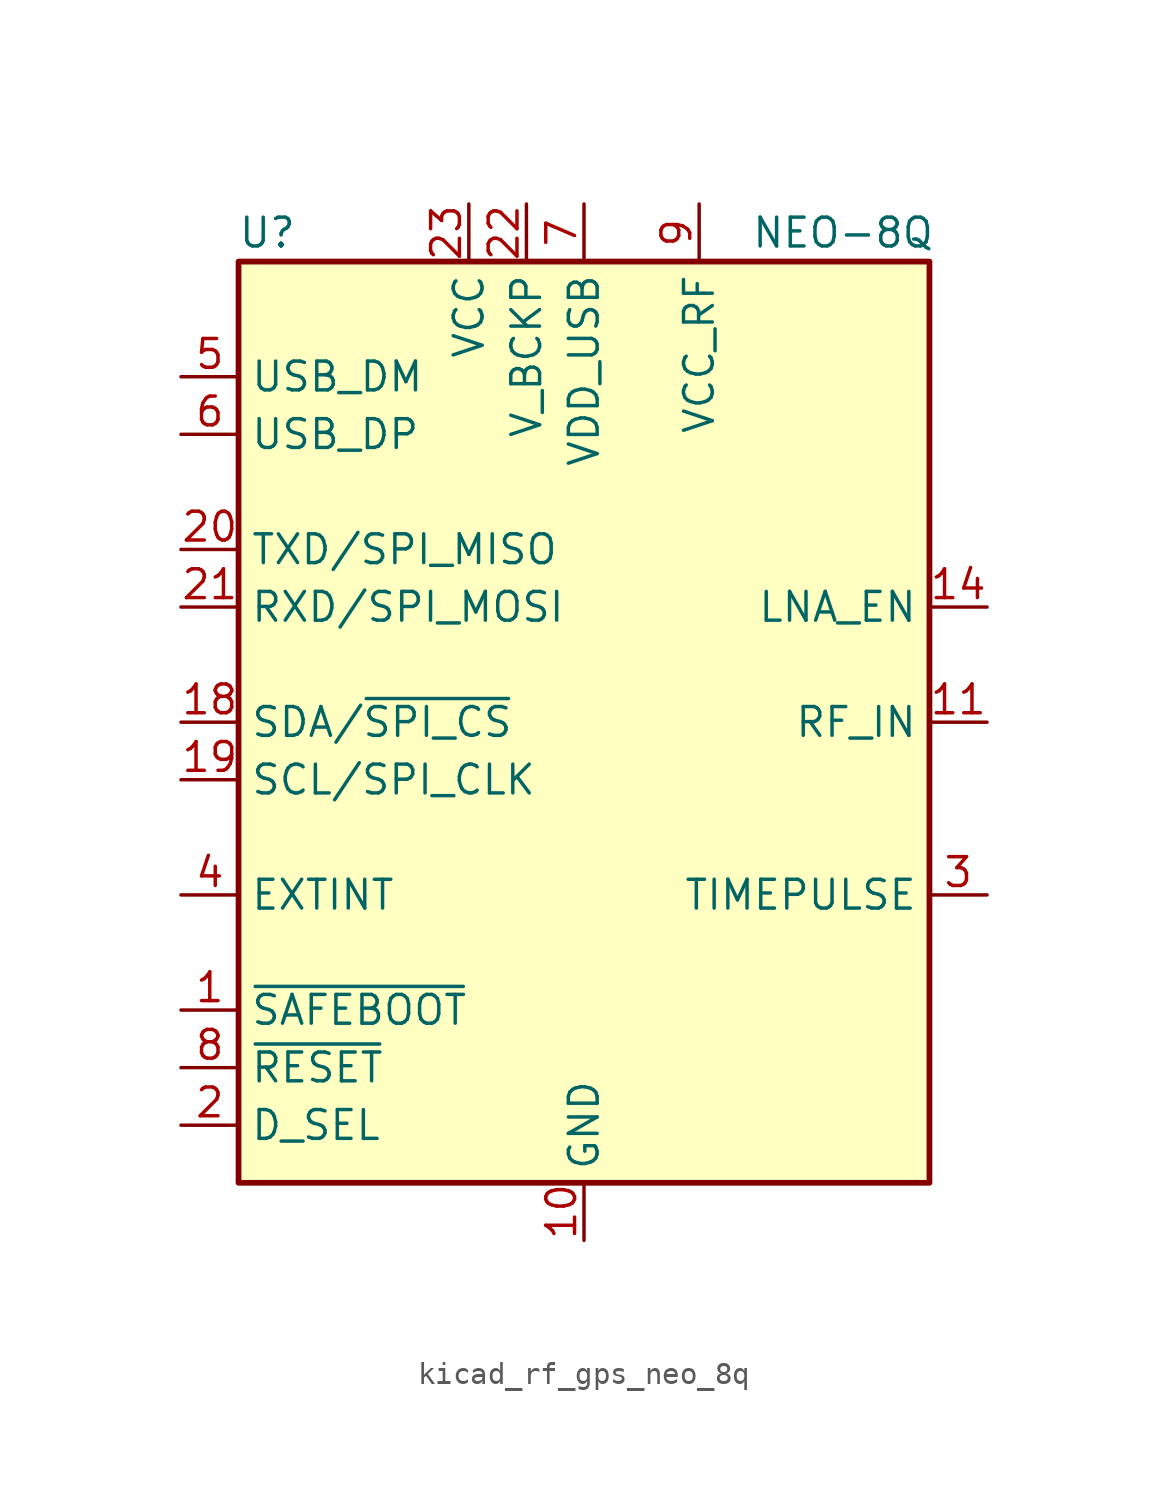
<source format=kicad_sym>
(kicad_symbol_lib
  (version 20220914)
  (generator kicad_symbol_editor)
  (symbol "kicad_rf_gps_neo_8q"
    (property "Reference" "U"
      (at -13.97 21.59 0)
      (effects (font (size 1.27 1.27))))
    (property "Value" "NEO-8Q"
      (at 11.43 21.59 0)
      (effects (font (size 1.27 1.27))))
    (symbol "kicad_rf_gps_neo_8q_0_1"
      (rectangle (start -15.24 20.32) (end 15.24 -20.32) (stroke (width 0.254) (type default)) (fill (type background))))
    (symbol "kicad_rf_gps_neo_8q_1_1"
      (pin input line (at -17.78 -12.7 0) (length 2.54) (name "~{SAFEBOOT}" (effects (font (size 1.27 1.27)))) (number "1" (effects (font (size 1.27 1.27)))))
      (pin power_in line (at 0 -22.86 90) (length 2.54) (name "GND" (effects (font (size 1.27 1.27)))) (number "10" (effects (font (size 1.27 1.27)))))
      (pin input line (at 17.78 0 180) (length 2.54) (name "RF_IN" (effects (font (size 1.27 1.27)))) (number "11" (effects (font (size 1.27 1.27)))))
      (pin passive line (at 0 -22.86 90) (length 2.54) hide (name "GND" (effects (font (size 1.27 1.27)))) (number "12" (effects (font (size 1.27 1.27)))))
      (pin passive line (at 0 -22.86 90) (length 2.54) hide (name "GND" (effects (font (size 1.27 1.27)))) (number "13" (effects (font (size 1.27 1.27)))))
      (pin output line (at 17.78 5.08 180) (length 2.54) (name "LNA_EN" (effects (font (size 1.27 1.27)))) (number "14" (effects (font (size 1.27 1.27)))))
      (pin no_connect line (at 15.24 -10.16 180) (length 2.54) hide (name "RESERVED" (effects (font (size 1.27 1.27)))) (number "15" (effects (font (size 1.27 1.27)))))
      (pin no_connect line (at 15.24 -12.7 180) (length 2.54) hide (name "RESERVED" (effects (font (size 1.27 1.27)))) (number "16" (effects (font (size 1.27 1.27)))))
      (pin no_connect line (at 15.24 -15.24 180) (length 2.54) hide (name "RESERVED" (effects (font (size 1.27 1.27)))) (number "17" (effects (font (size 1.27 1.27)))))
      (pin bidirectional line (at -17.78 0 0) (length 2.54) (name "SDA/~{SPI_CS}" (effects (font (size 1.27 1.27)))) (number "18" (effects (font (size 1.27 1.27)))))
      (pin input line (at -17.78 -2.54 0) (length 2.54) (name "SCL/SPI_CLK" (effects (font (size 1.27 1.27)))) (number "19" (effects (font (size 1.27 1.27)))))
      (pin input line (at -17.78 -17.78 0) (length 2.54) (name "D_SEL" (effects (font (size 1.27 1.27)))) (number "2" (effects (font (size 1.27 1.27)))))
      (pin output line (at -17.78 7.62 0) (length 2.54) (name "TXD/SPI_MISO" (effects (font (size 1.27 1.27)))) (number "20" (effects (font (size 1.27 1.27)))))
      (pin input line (at -17.78 5.08 0) (length 2.54) (name "RXD/SPI_MOSI" (effects (font (size 1.27 1.27)))) (number "21" (effects (font (size 1.27 1.27)))))
      (pin power_in line (at -2.54 22.86 270) (length 2.54) (name "V_BCKP" (effects (font (size 1.27 1.27)))) (number "22" (effects (font (size 1.27 1.27)))))
      (pin power_in line (at -5.08 22.86 270) (length 2.54) (name "VCC" (effects (font (size 1.27 1.27)))) (number "23" (effects (font (size 1.27 1.27)))))
      (pin passive line (at 0 -22.86 90) (length 2.54) hide (name "GND" (effects (font (size 1.27 1.27)))) (number "24" (effects (font (size 1.27 1.27)))))
      (pin output line (at 17.78 -7.62 180) (length 2.54) (name "TIMEPULSE" (effects (font (size 1.27 1.27)))) (number "3" (effects (font (size 1.27 1.27)))))
      (pin input line (at -17.78 -7.62 0) (length 2.54) (name "EXTINT" (effects (font (size 1.27 1.27)))) (number "4" (effects (font (size 1.27 1.27)))))
      (pin bidirectional line (at -17.78 15.24 0) (length 2.54) (name "USB_DM" (effects (font (size 1.27 1.27)))) (number "5" (effects (font (size 1.27 1.27)))))
      (pin bidirectional line (at -17.78 12.7 0) (length 2.54) (name "USB_DP" (effects (font (size 1.27 1.27)))) (number "6" (effects (font (size 1.27 1.27)))))
      (pin power_in line (at 0 22.86 270) (length 2.54) (name "VDD_USB" (effects (font (size 1.27 1.27)))) (number "7" (effects (font (size 1.27 1.27)))))
      (pin input line (at -17.78 -15.24 0) (length 2.54) (name "~{RESET}" (effects (font (size 1.27 1.27)))) (number "8" (effects (font (size 1.27 1.27)))))
      (pin power_out line (at 5.08 22.86 270) (length 2.54) (name "VCC_RF" (effects (font (size 1.27 1.27)))) (number "9" (effects (font (size 1.27 1.27))))))))
</source>
